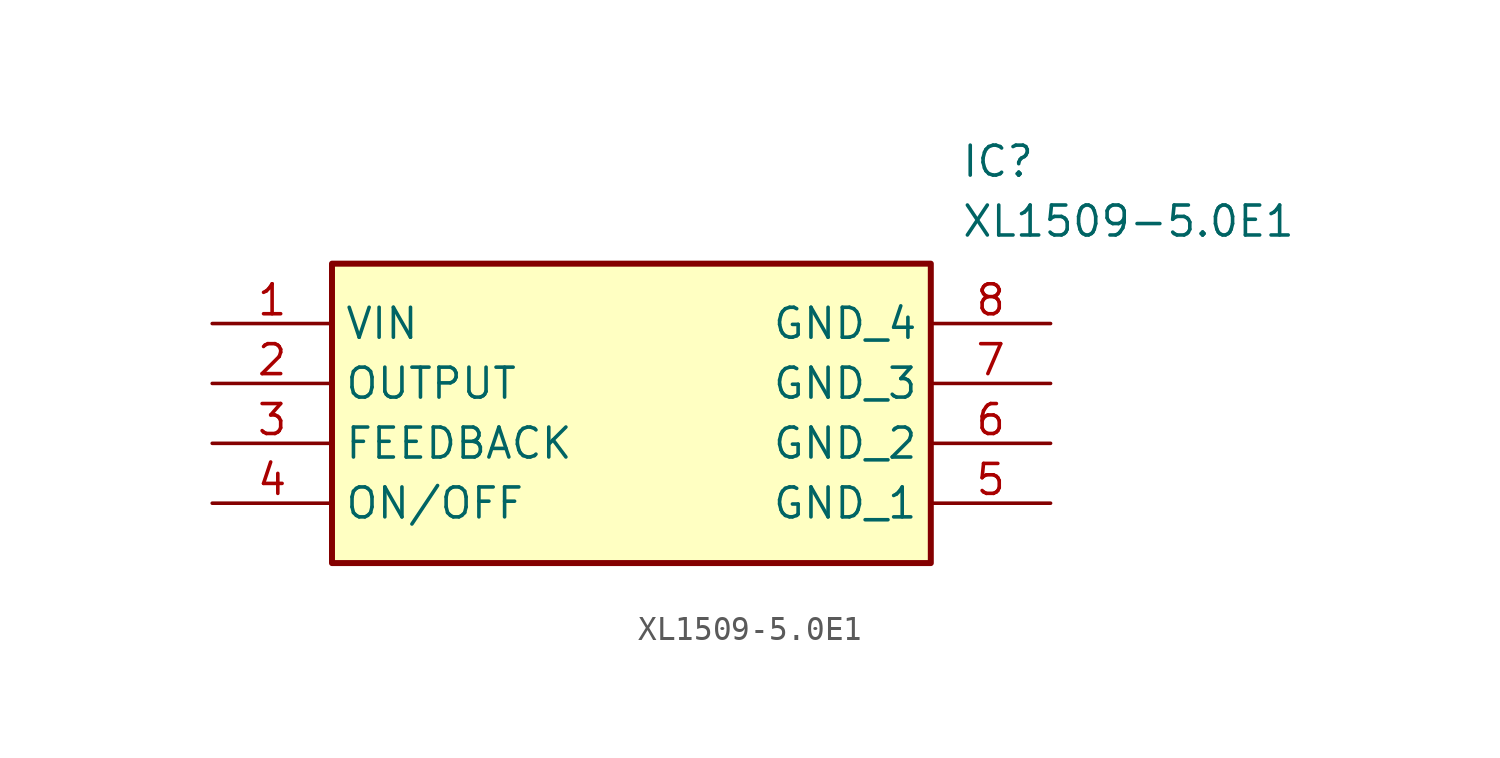
<source format=kicad_sym>
(kicad_symbol_lib
  (version 20211014)
  (generator SamacSys_ECAD_Model)
  (symbol "XL1509-5.0E1"
    (property "Reference" "IC"
      (at 31.75 7.62 0)
      (effects (font (size 1.27 1.27)) (justify left top)))
    (property "Value" "XL1509-5.0E1"
      (at 31.75 5.08 0)
      (effects (font (size 1.27 1.27)) (justify left top)))
    (rectangle
      (start 5.08 2.54)
      (end 30.48 -10.16)
      (stroke (width 0.254) (type default))
      (fill (type background)))
    (pin passive line
      (at 0 0 0)
      (length 5.08)
      (name "VIN" (effects (font (size 1.27 1.27))))
      (number "1" (effects (font (size 1.27 1.27)))))
    (pin passive line
      (at 0 -2.54 0)
      (length 5.08)
      (name "OUTPUT" (effects (font (size 1.27 1.27))))
      (number "2" (effects (font (size 1.27 1.27)))))
    (pin passive line
      (at 0 -5.08 0)
      (length 5.08)
      (name "FEEDBACK" (effects (font (size 1.27 1.27))))
      (number "3" (effects (font (size 1.27 1.27)))))
    (pin passive line
      (at 0 -7.62 0)
      (length 5.08)
      (name "ON/OFF" (effects (font (size 1.27 1.27))))
      (number "4" (effects (font (size 1.27 1.27)))))
    (pin passive line
      (at 35.56 0 180)
      (length 5.08)
      (name "GND_4" (effects (font (size 1.27 1.27))))
      (number "8" (effects (font (size 1.27 1.27)))))
    (pin passive line
      (at 35.56 -2.54 180)
      (length 5.08)
      (name "GND_3" (effects (font (size 1.27 1.27))))
      (number "7" (effects (font (size 1.27 1.27)))))
    (pin passive line
      (at 35.56 -5.08 180)
      (length 5.08)
      (name "GND_2" (effects (font (size 1.27 1.27))))
      (number "6" (effects (font (size 1.27 1.27)))))
    (pin passive line
      (at 35.56 -7.62 180)
      (length 5.08)
      (name "GND_1" (effects (font (size 1.27 1.27))))
      (number "5" (effects (font (size 1.27 1.27)))))))
</source>
